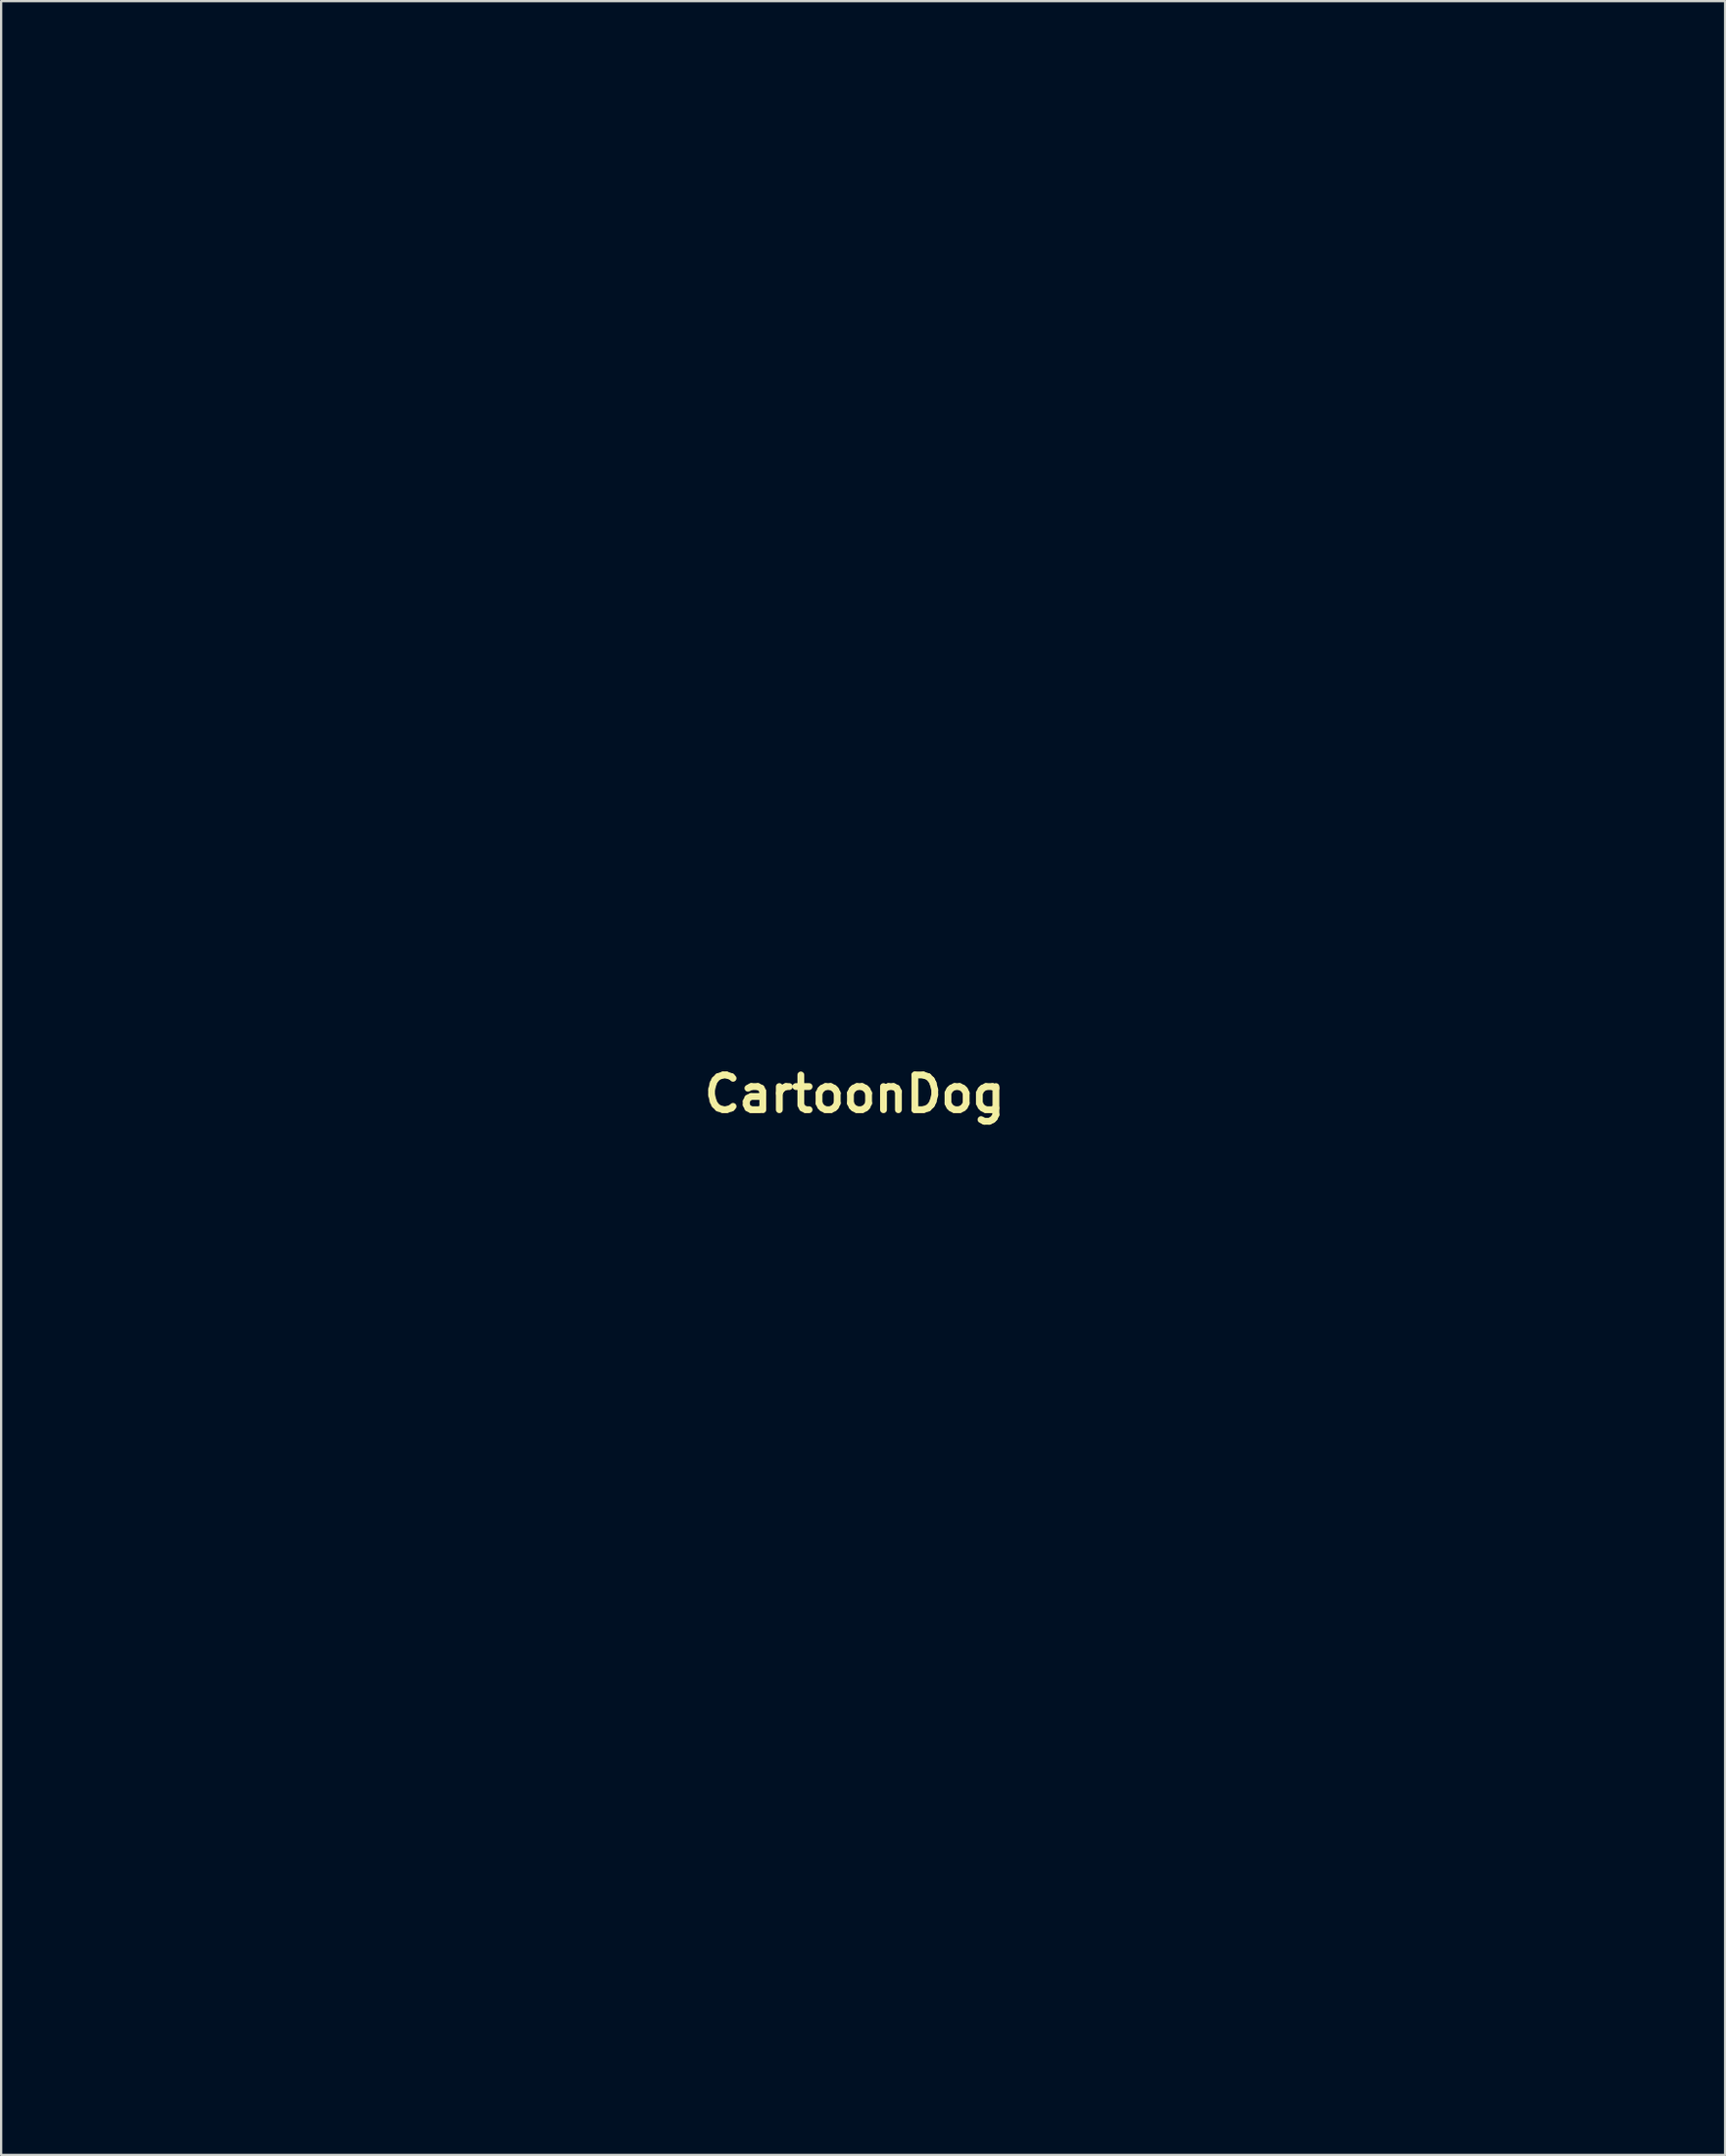
<source format=kicad_pcb>
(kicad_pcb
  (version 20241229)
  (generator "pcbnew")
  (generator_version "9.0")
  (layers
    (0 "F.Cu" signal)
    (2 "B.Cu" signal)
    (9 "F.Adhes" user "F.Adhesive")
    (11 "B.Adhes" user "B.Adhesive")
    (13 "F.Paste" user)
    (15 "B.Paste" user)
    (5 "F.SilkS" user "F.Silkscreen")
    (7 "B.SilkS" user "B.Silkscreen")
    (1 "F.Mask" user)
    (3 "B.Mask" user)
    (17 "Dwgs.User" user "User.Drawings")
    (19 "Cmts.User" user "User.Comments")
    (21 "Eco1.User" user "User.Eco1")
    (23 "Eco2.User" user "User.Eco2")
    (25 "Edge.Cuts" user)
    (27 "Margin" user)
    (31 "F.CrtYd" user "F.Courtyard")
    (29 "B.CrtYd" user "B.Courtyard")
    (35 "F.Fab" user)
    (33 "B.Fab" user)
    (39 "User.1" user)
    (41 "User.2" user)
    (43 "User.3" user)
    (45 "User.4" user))
  (footprint "CartoonDog"
    (layer "F.Cu")
    (at 34.464 44.955)
    (property "Reference" "CartoonDog" (at 0 0 0) (layer "F.SilkS") (effects (font (size 1.524 1.524) (thickness 0.3))))
    (attr through_hole)
    (fp_poly (pts (xy 26.202 -15.106) (xy 26.433 -14.686) (xy 26.453 -13.981) (xy 26.282 -13.189) (xy 25.944 -12.507) (xy 25.915 -12.469) (xy 25.432 -11.967) (xy 25.044 -11.753) (xy 24.867 -11.888) (xy 24.865 -11.923) (xy 25.014 -12.222) (xy 25.376 -12.73) (xy 25.4 -12.761) (xy 25.79 -13.54) (xy 25.935 -14.356) (xy 26 -14.945) (xy 26.172 -15.12) (xy 26.202 -15.106)) (stroke (width 0.01) (type solid)) (fill no) (layer "Eco2.User"))
    (fp_poly (pts (xy -27.272 -12.433) (xy -27.044 -12.054) (xy -27.004 -11.769) (xy -26.839 -11.246) (xy -26.433 -10.597) (xy -26.336 -10.476) (xy -25.907 -9.929) (xy -25.679 -9.563) (xy -25.667 -9.52) (xy -25.817 -9.345) (xy -26.207 -9.544) (xy -26.751 -10.069) (xy -26.847 -10.181) (xy -27.193 -10.733) (xy -27.44 -11.378) (xy -27.562 -11.974) (xy -27.532 -12.382) (xy -27.323 -12.46) (xy -27.272 -12.433)) (stroke (width 0.01) (type solid)) (fill no) (layer "Eco2.User"))
    (fp_poly (pts (xy 5.166 -20.819) (xy 5.82 -20.18) (xy 6.241 -19.187) (xy 6.287 -18.96) (xy 6.333 -17.741) (xy 6.088 -16.639) (xy 5.619 -15.722) (xy 4.989 -15.059) (xy 4.264 -14.716) (xy 3.507 -14.762) (xy 2.784 -15.266) (xy 2.782 -15.268) (xy 2.431 -15.974) (xy 2.256 -16.999) (xy 2.253 -18.156) (xy 2.421 -19.259) (xy 2.759 -20.123) (xy 2.834 -20.234) (xy 3.571 -20.883) (xy 4.382 -21.066) (xy 5.166 -20.819)) (stroke (width 0.01) (type solid)) (fill no) (layer "Eco2.User"))
    (fp_poly (pts (xy 3.112 -44.755) (xy 4.028 -44.111) (xy 5.204 -43.015) (xy 6.645 -41.462) (xy 6.843 -41.236) (xy 9.345 -38.115) (xy 11.465 -34.886) (xy 13.268 -31.43) (xy 14.821 -27.629) (xy 15.375 -26.019) (xy 15.907 -24.318) (xy 16.326 -22.743) (xy 16.651 -21.18) (xy 16.899 -19.518) (xy 17.087 -17.645) (xy 17.232 -15.447) (xy 17.337 -13.174) (xy 17.513 -8.779) (xy 19.433 -10.564) (xy 20.587 -10.564) (xy 20.777 -10.091) (xy 21.279 -9.383) (xy 21.995 -8.544) (xy 22.823 -7.676) (xy 23.666 -6.881) (xy 24.422 -6.261) (xy 24.993 -5.919) (xy 25.154 -5.882) (xy 25.416 -6.082) (xy 25.862 -6.596) (xy 26.211 -7.057) (xy 26.7 -7.644) (xy 27.319 -8.173) (xy 28.152 -8.695) (xy 29.284 -9.262) (xy 30.803 -9.924) (xy 31.596 -10.251) (xy 32.347 -10.688) (xy 32.927 -11.264) (xy 33.295 -11.875) (xy 33.408 -12.421) (xy 33.226 -12.799) (xy 32.707 -12.907) (xy 32.675 -12.904) (xy 32.215 -12.905) (xy 32.134 -13.105) (xy 32.429 -13.583) (xy 32.619 -13.83) (xy 33.009 -14.603) (xy 33.139 -15.473) (xy 33 -16.234) (xy 32.756 -16.574) (xy 32.153 -16.771) (xy 31.197 -16.725) (xy 30.01 -16.44) (xy 30 -16.437) (xy 29.386 -16.241) (xy 29.858 -17.229) (xy 30.142 -17.912) (xy 30.169 -18.384) (xy 29.95 -18.895) (xy 29.928 -18.934) (xy 29.352 -19.534) (xy 28.614 -19.688) (xy 27.809 -19.423) (xy 27.032 -18.761) (xy 26.549 -18.064) (xy 26.337 -17.767) (xy 26.078 -17.765) (xy 25.602 -18.074) (xy 25.483 -18.162) (xy 24.89 -18.534) (xy 24.422 -18.581) (xy 23.956 -18.412) (xy 23.217 -17.876) (xy 22.741 -17.022) (xy 22.502 -15.784) (xy 22.459 -14.719) (xy 22.44 -13.702) (xy 22.343 -13.03) (xy 22.108 -12.514) (xy 21.673 -11.967) (xy 21.523 -11.799) (xy 20.994 -11.178) (xy 20.654 -10.712) (xy 20.587 -10.564) (xy 19.433 -10.564) (xy 19.718 -10.83) (xy 21.924 -12.88) (xy 21.928 -14.929) (xy 21.99 -16.355) (xy 22.203 -17.375) (xy 22.613 -18.108) (xy 23.27 -18.673) (xy 23.493 -18.811) (xy 24.165 -19.14) (xy 24.72 -19.175) (xy 25.336 -18.994) (xy 25.982 -18.799) (xy 26.325 -18.843) (xy 26.521 -19.086) (xy 27.069 -19.655) (xy 27.884 -20.065) (xy 28.793 -20.274) (xy 29.623 -20.244) (xy 30.199 -19.935) (xy 30.204 -19.929) (xy 30.447 -19.421) (xy 30.643 -18.653) (xy 30.673 -18.459) (xy 30.799 -17.77) (xy 31.032 -17.461) (xy 31.528 -17.378) (xy 31.785 -17.375) (xy 32.687 -17.294) (xy 33.24 -16.991) (xy 33.616 -16.358) (xy 33.68 -16.199) (xy 33.835 -15.298) (xy 33.68 -14.546) (xy 33.524 -13.679) (xy 33.672 -13.132) (xy 33.947 -12.137) (xy 33.75 -11.193) (xy 33.305 -10.608) (xy 32.769 -10.25) (xy 31.885 -9.784) (xy 30.807 -9.289) (xy 30.297 -9.076) (xy 29.313 -8.669) (xy 28.577 -8.312) (xy 27.974 -7.913) (xy 27.386 -7.381) (xy 26.697 -6.624) (xy 25.79 -5.549) (xy 25.744 -5.494) (xy 24.704 -4.266) (xy 23.452 -2.818) (xy 22.14 -1.321) (xy 20.918 0.051) (xy 20.809 0.172) (xy 19.843 1.25) (xy 19.001 2.205) (xy 18.35 2.959) (xy 17.958 3.435) (xy 17.881 3.544) (xy 17.821 3.987) (xy 17.881 4.739) (xy 17.962 5.216) (xy 18.103 6.27) (xy 18.197 7.696) (xy 18.243 9.346) (xy 18.242 11.074) (xy 18.194 12.73) (xy 18.099 14.168) (xy 17.959 15.238) (xy 17.939 15.337) (xy 17.596 16.904) (xy 18.624 17.956) (xy 20.169 19.32) (xy 22.107 20.692) (xy 24.304 21.994) (xy 26.625 23.151) (xy 28.934 24.085) (xy 30.131 24.472) (xy 31.248 24.819) (xy 32.225 25.163) (xy 32.903 25.448) (xy 33.057 25.533) (xy 33.602 26.145) (xy 33.999 27.047) (xy 34.161 27.996) (xy 34.113 28.475) (xy 34.161 29.218) (xy 34.623 30.102) (xy 35.182 31.294) (xy 35.21 32.447) (xy 34.706 33.573) (xy 34.624 33.688) (xy 34.193 34.449) (xy 33.966 35.194) (xy 33.956 35.338) (xy 33.781 36.017) (xy 33.224 36.512) (xy 32.231 36.853) (xy 31.148 37.03) (xy 29.22 37.195) (xy 27.629 37.169) (xy 26.206 36.934) (xy 24.785 36.474) (xy 24.458 36.342) (xy 21.902 35.035) (xy 20.735 34.226) (xy 21.648 34.226) (xy 22.522 34.761) (xy 23.475 35.265) (xy 24.62 35.75) (xy 25.831 36.177) (xy 26.98 36.508) (xy 27.941 36.702) (xy 28.588 36.72) (xy 28.712 36.68) (xy 28.696 36.456) (xy 28.333 36.089) (xy 28.315 36.075) (xy 27.871 35.656) (xy 27.86 35.449) (xy 28.214 35.48) (xy 28.863 35.777) (xy 28.947 35.826) (xy 29.998 36.252) (xy 31.125 36.398) (xy 32.187 36.282) (xy 33.045 35.919) (xy 33.558 35.324) (xy 33.568 35.298) (xy 33.473 34.838) (xy 32.94 34.229) (xy 32.838 34.141) (xy 31.951 33.39) (xy 33.01 33.472) (xy 33.73 33.477) (xy 34.139 33.278) (xy 34.437 32.8) (xy 34.663 31.8) (xy 34.411 30.834) (xy 33.738 29.989) (xy 32.697 29.351) (xy 32.107 29.149) (xy 31.378 28.876) (xy 31.159 28.641) (xy 31.427 28.522) (xy 32.157 28.596) (xy 32.269 28.62) (xy 33.095 28.748) (xy 33.532 28.629) (xy 33.683 28.224) (xy 33.688 28.07) (xy 33.519 27.123) (xy 32.979 26.352) (xy 32.02 25.717) (xy 30.594 25.179) (xy 29.945 24.999) (xy 28.896 24.707) (xy 27.93 24.403) (xy 27.358 24.194) (xy 26.509 23.84) (xy 26.337 24.954) (xy 25.638 27.757) (xy 24.447 30.404) (xy 22.858 32.741) (xy 21.648 34.226) (xy 20.735 34.226) (xy 19.368 33.278) (xy 16.947 31.152) (xy 14.733 28.736) (xy 13.012 26.409) (xy 12.376 25.501) (xy 11.813 24.794) (xy 11.407 24.389) (xy 11.285 24.331) (xy 11.187 24.421) (xy 11.11 24.724) (xy 11.051 25.287) (xy 11.009 26.156) (xy 10.983 27.38) (xy 10.971 29.004) (xy 10.972 31.077) (xy 10.98 33.175) (xy 10.985 35.3) (xy 10.976 37.255) (xy 10.954 38.974) (xy 10.922 40.394) (xy 10.881 41.45) (xy 10.831 42.079) (xy 10.794 42.229) (xy 10.059 42.639) (xy 8.912 42.977) (xy 7.472 43.228) (xy 5.859 43.374) (xy 4.192 43.4) (xy 2.834 43.316) (xy 1.317 43.103) (xy 0.265 42.793) (xy -0.385 42.337) (xy -0.701 41.683) (xy -0.719 41.355) (xy -0.205 41.355) (xy 0.045 41.888) (xy 0.231 42.078) (xy 0.691 42.336) (xy 1.176 42.409) (xy 1.505 42.305) (xy 1.506 42.034) (xy 1.513 41.626) (xy 1.753 40.97) (xy 2.134 40.246) (xy 2.563 39.631) (xy 2.901 39.325) (xy 3.548 39.048) (xy 3.793 39.105) (xy 3.624 39.465) (xy 3.134 40.002) (xy 2.475 40.75) (xy 2.181 41.419) (xy 2.139 41.874) (xy 2.173 42.453) (xy 2.379 42.711) (xy 2.91 42.777) (xy 3.208 42.779) (xy 3.897 42.743) (xy 4.203 42.571) (xy 4.277 42.168) (xy 4.278 42.102) (xy 4.441 41.109) (xy 4.862 40.159) (xy 5.439 39.453) (xy 5.736 39.26) (xy 6.342 39.053) (xy 6.531 39.164) (xy 6.302 39.578) (xy 5.757 40.177) (xy 5.095 40.979) (xy 4.829 41.722) (xy 4.813 41.986) (xy 4.813 42.851) (xy 6.651 42.719) (xy 8.122 42.52) (xy 9.308 42.171) (xy 10.132 41.707) (xy 10.521 41.16) (xy 10.542 40.974) (xy 10.531 40.486) (xy 10.515 39.587) (xy 10.497 38.399) (xy 10.477 37.046) (xy 10.475 36.888) (xy 10.427 33.403) (xy 9.024 33.612) (xy 8.073 33.707) (xy 6.828 33.767) (xy 5.527 33.782) (xy 5.281 33.779) (xy 2.941 33.736) (xy 2.941 35.313) (xy 2.923 36.206) (xy 2.811 36.747) (xy 2.519 37.121) (xy 1.96 37.509) (xy 1.878 37.561) (xy 0.756 38.461) (xy 0.087 39.502) (xy -0.184 40.564) (xy -0.205 41.355) (xy -0.719 41.355) (xy -0.749 40.778) (xy -0.731 40.553) (xy -0.374 39.123) (xy 0.423 37.977) (xy 1.282 37.298) (xy 2.118 36.763) (xy 2.131 32.619) (xy 2.147 31.054) (xy 2.181 29.558) (xy 2.229 28.268) (xy 2.287 27.322) (xy 2.312 27.071) (xy 2.481 25.667) (xy -3.134 25.667) (xy -3.324 33.755) (xy -3.382 36.086) (xy -3.437 37.939) (xy -3.493 39.374) (xy -3.554 40.446) (xy -3.626 41.215) (xy -3.711 41.737) (xy -3.814 42.072) (xy -3.94 42.275) (xy -3.963 42.299) (xy -4.686 42.744) (xy -5.828 43.104) (xy -7.281 43.366) (xy -8.936 43.518) (xy -10.683 43.548) (xy -12.412 43.446) (xy -13.344 43.323) (xy -14.486 42.94) (xy -15.204 42.247) (xy -15.432 41.461) (xy -14.908 41.461) (xy -14.639 42.025) (xy -14.451 42.231) (xy -13.864 42.66) (xy -13.44 42.589) (xy -13.158 42.009) (xy -13.076 41.615) (xy -12.773 40.714) (xy -12.243 39.932) (xy -11.609 39.42) (xy -11.174 39.303) (xy -10.946 39.371) (xy -11.049 39.626) (xy -11.516 40.142) (xy -11.622 40.248) (xy -12.334 41.148) (xy -12.566 41.959) (xy -12.566 41.963) (xy -12.469 42.575) (xy -12.1 42.898) (xy -11.342 43.018) (xy -11.163 43.025) (xy -10.623 42.957) (xy -10.439 42.611) (xy -10.427 42.369) (xy -10.282 41.454) (xy -9.913 40.534) (xy -9.419 39.819) (xy -9.131 39.592) (xy -8.475 39.317) (xy -8.224 39.375) (xy -8.407 39.728) (xy -8.752 40.08) (xy -9.479 40.922) (xy -9.843 41.729) (xy -9.842 42.411) (xy -9.477 42.88) (xy -8.782 43.046) (xy -8.039 42.972) (xy -7.054 42.781) (xy -6.006 42.518) (xy -5.076 42.232) (xy -4.444 41.967) (xy -4.345 41.902) (xy -4.204 41.614) (xy -4.105 40.967) (xy -4.043 39.911) (xy -4.014 38.396) (xy -4.011 37.504) (xy -4.011 33.363) (xy -4.746 33.57) (xy -5.306 33.658) (xy -6.259 33.736) (xy -7.463 33.796) (xy -8.556 33.824) (xy -11.631 33.87) (xy -11.764 35.501) (xy -11.867 36.435) (xy -12.04 37.015) (xy -12.367 37.42) (xy -12.809 37.749) (xy -13.999 38.791) (xy -14.697 39.985) (xy -14.876 40.683) (xy -14.908 41.461) (xy -15.432 41.461) (xy -15.486 41.277) (xy -15.319 40.061) (xy -14.945 39.112) (xy -14.154 37.984) (xy -13.374 37.37) (xy -12.365 36.789) (xy -12.195 33.434) (xy -12.11 31.78) (xy -12.014 29.97) (xy -11.92 28.26) (xy -11.863 27.242) (xy -11.7 24.406) (xy -12.858 23.767) (xy -14.006 22.902) (xy -14.17 22.715) (xy -12.694 22.715) (xy -12.652 23.149) (xy -12.328 23.407) (xy -11.598 23.723) (xy -10.583 24.06) (xy -9.403 24.383) (xy -8.179 24.655) (xy -7.085 24.832) (xy -5.554 24.967) (xy -3.659 25.051) (xy -1.554 25.083) (xy 0.606 25.066) (xy 2.667 24.999) (xy 4.476 24.885) (xy 5.659 24.756) (xy 6.804 24.578) (xy 7.762 24.401) (xy 8.401 24.251) (xy 8.572 24.187) (xy 8.706 23.959) (xy 8.78 23.435) (xy 8.797 22.547) (xy 8.759 21.229) (xy 8.718 20.35) (xy 8.57 17.882) (xy 8.388 15.886) (xy 8.15 14.303) (xy 7.839 13.07) (xy 7.434 12.128) (xy 6.915 11.414) (xy 6.264 10.867) (xy 5.566 10.476) (xy 4.312 10.038) (xy 2.663 9.697) (xy 0.749 9.46) (xy -1.3 9.334) (xy -3.353 9.326) (xy -5.277 9.445) (xy -6.944 9.696) (xy -7.221 9.759) (xy -8.401 10.1) (xy -9.264 10.502) (xy -10.023 11.077) (xy -10.298 11.333) (xy -10.921 11.99) (xy -11.331 12.619) (xy -11.624 13.411) (xy -11.872 14.438) (xy -12.039 15.368) (xy -12.206 16.574) (xy -12.365 17.943) (xy -12.503 19.357) (xy -12.611 20.701) (xy -12.678 21.859) (xy -12.694 22.715) (xy -14.17 22.715) (xy -15.087 21.676) (xy -15.967 20.262) (xy -16.404 19.214) (xy -16.568 18.511) (xy -16.754 17.394) (xy -16.946 15.981) (xy -17.127 14.392) (xy -17.246 13.162) (xy -17.389 11.566) (xy -17.527 10.103) (xy -17.648 8.877) (xy -17.742 7.995) (xy -17.791 7.605) (xy -18.01 7.087) (xy -18.562 6.236) (xy -19.458 5.038) (xy -20.708 3.479) (xy -21.804 2.16) (xy -23.002 0.72) (xy -23.848 -0.315) (xy -5.686 -0.315) (xy -5.44 0.045) (xy -5.096 0.416) (xy -4.972 0.535) (xy -4.731 0.448) (xy -4.133 0.224) (xy -3.509 -0.012) (xy -1.946 -0.654) (xy -0.754 -1.272) (xy 0.22 -1.957) (xy 1.005 -2.672) (xy 1.85 -3.606) (xy 2.268 -4.321) (xy 2.28 -4.886) (xy 1.909 -5.37) (xy 1.876 -5.398) (xy 1.304 -5.788) (xy 0.919 -5.781) (xy 0.592 -5.329) (xy 0.39 -4.879) (xy -0.089 -3.99) (xy -0.694 -3.169) (xy -0.749 -3.108) (xy -1.353 -2.608) (xy -2.232 -2.044) (xy -3.225 -1.502) (xy -4.17 -1.067) (xy -4.905 -0.826) (xy -5.102 -0.802) (xy -5.633 -0.674) (xy -5.686 -0.315) (xy -23.848 -0.315) (xy -24.147 -0.681) (xy -25.172 -1.957) (xy -26.009 -3.025) (xy -26.589 -3.799) (xy -26.715 -3.978) (xy -27.312 -4.808) (xy -27.863 -5.396) (xy -28.511 -5.846) (xy -29.4 -6.261) (xy -30.501 -6.679) (xy -31.574 -7.173) (xy -32.643 -7.823) (xy -33.108 -8.178) (xy -33.799 -8.842) (xy -34.136 -9.405) (xy -34.223 -10.031) (xy -34.151 -10.69) (xy -33.975 -11.081) (xy -33.957 -11.095) (xy -33.869 -11.443) (xy -34.09 -12.033) (xy -34.459 -13.211) (xy -34.431 -13.458) (xy -33.956 -13.458) (xy -33.733 -12.786) (xy -33.138 -12.011) (xy -32.278 -11.262) (xy -31.94 -11.033) (xy -31.671 -10.829) (xy -31.788 -10.749) (xy -32.361 -10.759) (xy -32.485 -10.766) (xy -33.185 -10.766) (xy -33.517 -10.606) (xy -33.641 -10.22) (xy -33.486 -9.546) (xy -32.909 -8.806) (xy -31.999 -8.083) (xy -30.849 -7.458) (xy -30.346 -7.255) (xy -29.114 -6.787) (xy -28.256 -6.391) (xy -27.636 -5.976) (xy -27.119 -5.453) (xy -26.587 -4.754) (xy -26.108 -4.118) (xy -25.717 -3.764) (xy -25.316 -3.71) (xy -24.813 -3.977) (xy -24.11 -4.583) (xy -23.227 -5.436) (xy -22.413 -6.266) (xy -21.677 -7.071) (xy -21.169 -7.688) (xy -21.141 -7.727) (xy -20.559 -8.545) (xy -21.935 -9.878) (xy -22.649 -10.59) (xy -23.044 -11.086) (xy -23.194 -11.512) (xy -23.172 -12.017) (xy -23.13 -12.284) (xy -23.094 -13.383) (xy -23.314 -14.417) (xy -23.738 -15.216) (xy -24.1 -15.527) (xy -24.763 -15.691) (xy -25.349 -15.661) (xy -25.839 -15.634) (xy -26.222 -15.869) (xy -26.657 -16.471) (xy -26.719 -16.572) (xy -27.344 -17.344) (xy -28.099 -17.961) (xy -28.31 -18.078) (xy -28.99 -18.35) (xy -29.47 -18.351) (xy -29.906 -18.152) (xy -30.685 -17.563) (xy -30.96 -16.925) (xy -30.758 -16.16) (xy -30.672 -16.001) (xy -30.389 -15.376) (xy -30.362 -15.015) (xy -30.577 -15.004) (xy -30.805 -15.191) (xy -31.405 -15.456) (xy -32.162 -15.362) (xy -32.932 -14.989) (xy -33.568 -14.417) (xy -33.924 -13.727) (xy -33.956 -13.458) (xy -34.431 -13.458) (xy -34.34 -14.28) (xy -33.768 -15.156) (xy -32.776 -15.753) (xy -32.589 -15.815) (xy -31.909 -16.076) (xy -31.611 -16.405) (xy -31.549 -16.887) (xy -31.304 -17.759) (xy -30.657 -18.478) (xy -29.833 -18.868) (xy -28.773 -18.877) (xy -27.698 -18.446) (xy -26.756 -17.643) (xy -26.54 -17.365) (xy -25.94 -16.659) (xy -25.373 -16.352) (xy -25.048 -16.315) (xy -23.936 -16.085) (xy -23.132 -15.427) (xy -22.645 -14.355) (xy -22.49 -12.888) (xy -22.494 -12.681) (xy -22.543 -11.192) (xy -20.429 -9.241) (xy -18.315 -7.289) (xy -18.148 -9.99) (xy -14.371 -9.99) (xy -14.356 -9.224) (xy -14.355 -9.22) (xy -14.048 -8.022) (xy -13.519 -6.657) (xy -12.831 -5.233) (xy -12.048 -3.86) (xy -11.231 -2.646) (xy -10.445 -1.7) (xy -9.752 -1.131) (xy -9.63 -1.072) (xy -8.709 -0.904) (xy -7.462 -0.968) (xy -6.029 -1.231) (xy -4.548 -1.66) (xy -3.159 -2.221) (xy -2.001 -2.879) (xy -1.925 -2.933) (xy -1.158 -3.601) (xy -0.553 -4.336) (xy -0.152 -5.043) (xy 0.003 -5.63) (xy -0.129 -6.003) (xy -0.518 -6.079) (xy -0.989 -6.147) (xy -1.112 -6.384) (xy -0.824 -6.61) (xy -0.709 -6.638) (xy 0.429 -6.621) (xy 1.58 -6.214) (xy 2.601 -5.512) (xy 3.344 -4.607) (xy 3.633 -3.844) (xy 3.711 -3.114) (xy 3.632 -2.773) (xy 3.436 -2.873) (xy 3.215 -3.325) (xy 2.939 -4.05) (xy 2.205 -3.166) (xy 1.557 -2.435) (xy 0.904 -1.771) (xy 0.802 -1.677) (xy -0.152 -0.985) (xy -1.45 -0.273) (xy -2.913 0.375) (xy -4.359 0.879) (xy -5.177 1.082) (xy -6.202 1.322) (xy -6.755 1.572) (xy -6.895 1.889) (xy -6.683 2.331) (xy -6.595 2.452) (xy -6 2.832) (xy -4.978 3.036) (xy -3.608 3.063) (xy -1.969 2.909) (xy -0.401 2.631) (xy 1.5 2.053) (xy 3.227 1.201) (xy 4.724 0.134) (xy 5.935 -1.089) (xy 6.801 -2.407) (xy 7.268 -3.762) (xy 7.278 -5.093) (xy 7.212 -5.381) (xy 6.641 -6.554) (xy 5.679 -7.364) (xy 4.337 -7.804) (xy 4.026 -7.847) (xy 2.317 -8.248) (xy 0.926 -9.059) (xy -0.199 -10.314) (xy -0.739 -11.24) (xy -1.628 -13.588) (xy -2.018 -16.12) (xy -1.986 -16.902) (xy -1.259 -16.902) (xy -1.122 -15.161) (xy -0.766 -13.227) (xy -0.223 -11.709) (xy 0.562 -10.5) (xy 1.643 -9.499) (xy 1.98 -9.259) (xy 3.312 -8.662) (xy 4.789 -8.522) (xy 6.28 -8.837) (xy 7.239 -9.313) (xy 8.43 -10.364) (xy 9.414 -11.831) (xy 10.152 -13.62) (xy 10.606 -15.641) (xy 10.739 -17.581) (xy 10.561 -19.663) (xy 10.077 -21.523) (xy 9.332 -23.126) (xy 8.374 -24.434) (xy 7.248 -25.413) (xy 6.003 -26.027) (xy 4.684 -26.239) (xy 3.339 -26.013) (xy 2.014 -25.314) (xy 1.38 -24.782) (xy 0.2 -23.297) (xy -0.644 -21.446) (xy -1.136 -19.293) (xy -1.259 -16.902) (xy -1.986 -16.902) (xy -1.906 -18.824) (xy -1.796 -19.55) (xy -1.472 -21.148) (xy -1.09 -22.387) (xy -0.572 -23.444) (xy 0.155 -24.494) (xy 0.537 -24.969) (xy 1.101 -25.718) (xy 1.489 -26.359) (xy 1.608 -26.699) (xy 1.725 -27.154) (xy 2.029 -27.909) (xy 2.415 -28.723) (xy 2.843 -29.633) (xy 3.009 -30.189) (xy 2.938 -30.489) (xy 2.879 -30.539) (xy 2.524 -30.606) (xy 1.756 -30.652) (xy 0.69 -30.681) (xy -0.561 -30.691) (xy -1.885 -30.685) (xy -3.167 -30.663) (xy -4.295 -30.625) (xy -5.154 -30.573) (xy -5.632 -30.506) (xy -5.689 -30.48) (xy -5.705 -30.153) (xy -5.616 -29.414) (xy -5.443 -28.371) (xy -5.207 -27.129) (xy -4.93 -25.798) (xy -4.633 -24.484) (xy -4.336 -23.295) (xy -4.139 -22.593) (xy -3.625 -20.663) (xy -3.347 -19.122) (xy -3.308 -17.999) (xy -3.457 -17.415) (xy -3.778 -17.115) (xy -4.487 -16.623) (xy -5.496 -15.994) (xy -6.719 -15.283) (xy -7.549 -14.823) (xy -9.216 -13.918) (xy -10.445 -13.242) (xy -11.266 -12.763) (xy -11.708 -12.451) (xy -11.8 -12.273) (xy -11.571 -12.198) (xy -11.052 -12.194) (xy -10.27 -12.231) (xy -9.944 -12.247) (xy -8.768 -12.286) (xy -7.987 -12.256) (xy -7.467 -12.137) (xy -7.07 -11.911) (xy -6.985 -11.845) (xy -6.548 -11.366) (xy -6.482 -10.798) (xy -6.538 -10.486) (xy -6.879 -9.713) (xy -7.536 -8.782) (xy -8.383 -7.836) (xy -9.293 -7.02) (xy -9.994 -6.549) (xy -10.948 -6.036) (xy -11.782 -6.828) (xy -12.407 -7.554) (xy -13.026 -8.488) (xy -13.542 -9.457) (xy -13.858 -10.288) (xy -13.9 -10.55) (xy -11.953 -10.55) (xy -11.897 -10.427) (xy -11.548 -10.278) (xy -10.875 -10.216) (xy -10.08 -10.236) (xy -9.365 -10.331) (xy -8.933 -10.496) (xy -8.924 -10.505) (xy -8.849 -10.819) (xy -9.209 -11.073) (xy -9.907 -11.213) (xy -10.243 -11.225) (xy -11.234 -11.139) (xy -11.822 -10.905) (xy -11.953 -10.55) (xy -13.9 -10.55) (xy -13.911 -10.619) (xy -13.943 -10.94) (xy -14.087 -10.801) (xy -14.209 -10.598) (xy -14.371 -9.99) (xy -18.148 -9.99) (xy -18.123 -10.396) (xy -17.936 -13.273) (xy -17.757 -15.678) (xy -17.63 -17.104) (xy -13.325 -17.104) (xy -13.28 -15.89) (xy -13.187 -14.714) (xy -13.058 -13.693) (xy -12.906 -12.943) (xy -12.743 -12.582) (xy -12.703 -12.566) (xy -12.448 -12.693) (xy -11.84 -13.032) (xy -10.99 -13.522) (xy -10.516 -13.799) (xy -9.584 -14.351) (xy -8.844 -14.795) (xy -8.404 -15.066) (xy -8.332 -15.115) (xy -8.413 -15.359) (xy -8.731 -15.857) (xy -8.82 -15.98) (xy -9.43 -17.232) (xy -9.547 -18.613) (xy -9.163 -20.033) (xy -9.105 -20.156) (xy -8.468 -21.114) (xy -7.774 -21.588) (xy -7.086 -21.618) (xy -6.468 -21.239) (xy -5.985 -20.491) (xy -5.7 -19.409) (xy -5.67 -18.138) (xy -5.715 -17.306) (xy -5.717 -16.74) (xy -5.685 -16.577) (xy -5.407 -16.687) (xy -4.853 -16.957) (xy -4.763 -17.003) (xy -3.938 -17.43) (xy -4.115 -19.343) (xy -4.457 -21.325) (xy -5.051 -22.961) (xy -5.847 -24.23) (xy -6.795 -25.114) (xy -7.846 -25.592) (xy -8.95 -25.644) (xy -10.056 -25.252) (xy -11.115 -24.394) (xy -12.077 -23.052) (xy -12.322 -22.586) (xy -12.749 -21.648) (xy -13.023 -20.813) (xy -13.187 -19.887) (xy -13.286 -18.677) (xy -13.308 -18.238) (xy -13.325 -17.104) (xy -17.63 -17.104) (xy -17.579 -17.673) (xy -17.394 -19.319) (xy -17.197 -20.678) (xy -16.98 -21.813) (xy -16.736 -22.783) (xy -16.493 -23.721) (xy -16.31 -24.663) (xy -16.175 -25.725) (xy -16.075 -27.02) (xy -15.998 -28.663) (xy -15.955 -29.945) (xy -15.86 -31.995) (xy -15.787 -32.979) (xy -13.126 -32.979) (xy -12.997 -32.355) (xy -12.901 -32.235) (xy -12.447 -32.102) (xy -11.608 -32.152) (xy -10.493 -32.362) (xy -9.209 -32.713) (xy -7.868 -33.182) (xy -7.776 -33.218) (xy -6.476 -33.77) (xy -5.642 -34.233) (xy -5.224 -34.662) (xy -5.172 -35.113) (xy -5.438 -35.641) (xy -5.516 -35.749) (xy -6.336 -36.498) (xy -7.376 -36.805) (xy -8.682 -36.679) (xy -9.255 -36.521) (xy -10.401 -36.027) (xy -11.43 -35.345) (xy -12.273 -34.555) (xy -12.862 -33.739) (xy -13.126 -32.979) (xy -15.787 -32.979) (xy -15.704 -34.102) (xy -15.497 -36.195) (xy -15.252 -38.204) (xy -14.977 -40.058) (xy -14.685 -41.686) (xy -14.386 -43.017) (xy -14.091 -43.981) (xy -13.81 -44.506) (xy -13.717 -44.574) (xy -13.271 -44.488) (xy -12.543 -44.052) (xy -11.599 -43.325) (xy -10.502 -42.365) (xy -9.315 -41.23) (xy -8.103 -39.982) (xy -6.927 -38.677) (xy -5.852 -37.375) (xy -5.587 -37.031) (xy -4.863 -36.023) (xy -4.036 -34.796) (xy -3.271 -33.594) (xy -3.182 -33.448) (xy -1.952 -31.416) (xy 0.401 -31.416) (xy 0.581 -34.624) (xy 0.583 -34.653) (xy 2.797 -34.653) (xy 2.849 -34.267) (xy 3.249 -33.904) (xy 4.059 -33.499) (xy 4.84 -33.179) (xy 5.962 -32.663) (xy 7.132 -32.014) (xy 7.647 -31.683) (xy 8.783 -31.023) (xy 9.675 -30.769) (xy 10.292 -30.924) (xy 10.582 -31.405) (xy 10.544 -32.256) (xy 10.108 -33.212) (xy 9.37 -34.169) (xy 8.426 -35.023) (xy 7.37 -35.671) (xy 6.353 -36.001) (xy 5.027 -36.062) (xy 3.918 -35.811) (xy 3.143 -35.279) (xy 3.031 -35.13) (xy 2.797 -34.653) (xy 0.583 -34.653) (xy 0.672 -35.82) (xy 0.818 -37.237) (xy 1.003 -38.774) (xy 1.213 -40.327) (xy 1.432 -41.791) (xy 1.646 -43.064) (xy 1.84 -44.042) (xy 1.998 -44.621) (xy 2.036 -44.7) (xy 2.45 -44.95) (xy 3.112 -44.755)) (stroke (width 0.01) (type solid)) (fill no) (layer "Eco2.User")))
  (gr_rect
    (start -3 -3)
    (end 72.679 91.508)
    (stroke (width 0.1) (type default))
    (fill no)
    (layer "Edge.Cuts")))
</source>
